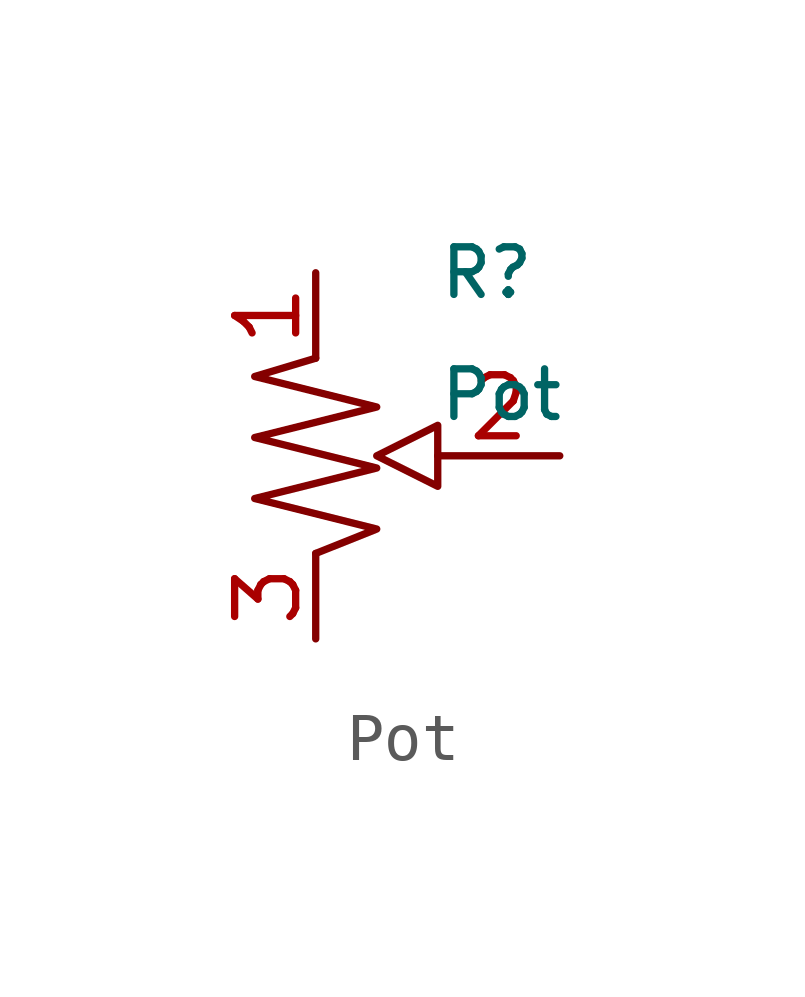
<source format=kicad_sym>
(kicad_symbol_lib
  (version 20220914)
  (generator kicad_symbol_editor)
  (symbol "Pot"
    (pin_names hide)
    (property "Reference" "R"
      (at 2.54 3.81 0)
      (effects (font (size 0.991 0.991)) (justify left)))
    (property "Value" "Pot"
      (at 2.54 1.27 0)
      (effects (font (size 0.991 0.991)) (justify left)))
    (symbol "Pot_0_1"
      (polyline (pts (xy 2.54 0.635) (xy 2.54 -0.635) (xy 1.27 0) (xy 2.54 0.635)) (stroke (width 0) (type default)) (fill (type none)))
      (polyline (pts (xy 0 2.032) (xy -1.27 1.651) (xy 1.27 1.016) (xy -1.27 0.381) (xy 1.27 -0.254) (xy -1.27 -0.889) (xy 1.27 -1.524) (xy 0 -2.032)) (stroke (width 0) (type default)) (fill (type none))))
    (symbol "Pot_1_1"
      (pin passive line (at 0 3.81 270) (length 1.778) (name "1" (effects (font (size 1.27 1.27)))) (number "1" (effects (font (size 1.27 1.27)))))
      (pin passive line (at 5.08 0 180) (length 2.54) (name "2" (effects (font (size 1.27 1.27)))) (number "2" (effects (font (size 1.27 1.27)))))
      (pin passive line (at 0 -3.81 90) (length 1.778) (name "3" (effects (font (size 1.27 1.27)))) (number "3" (effects (font (size 1.27 1.27))))))))
</source>
